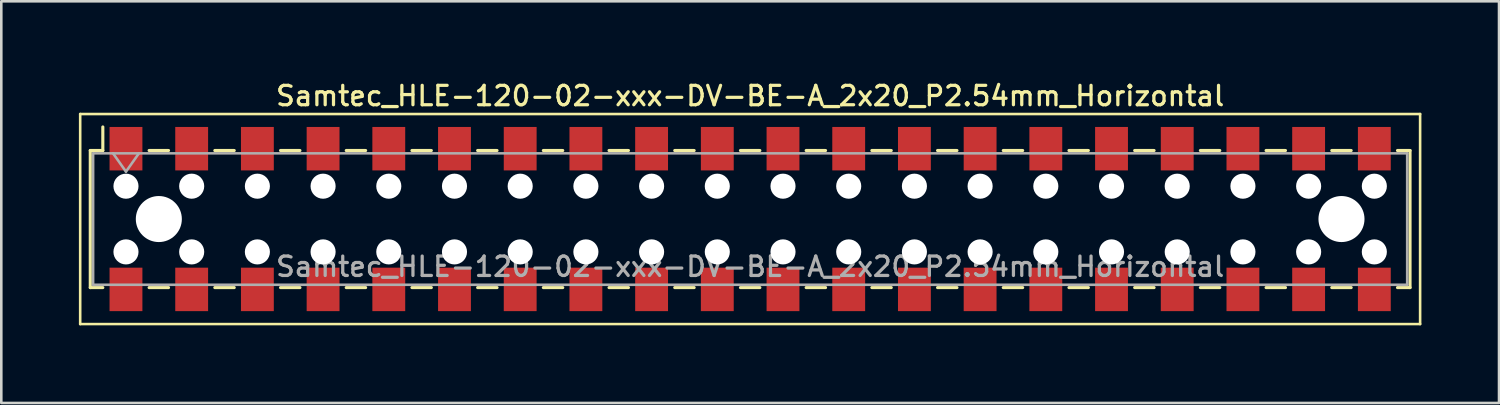
<source format=kicad_pcb>
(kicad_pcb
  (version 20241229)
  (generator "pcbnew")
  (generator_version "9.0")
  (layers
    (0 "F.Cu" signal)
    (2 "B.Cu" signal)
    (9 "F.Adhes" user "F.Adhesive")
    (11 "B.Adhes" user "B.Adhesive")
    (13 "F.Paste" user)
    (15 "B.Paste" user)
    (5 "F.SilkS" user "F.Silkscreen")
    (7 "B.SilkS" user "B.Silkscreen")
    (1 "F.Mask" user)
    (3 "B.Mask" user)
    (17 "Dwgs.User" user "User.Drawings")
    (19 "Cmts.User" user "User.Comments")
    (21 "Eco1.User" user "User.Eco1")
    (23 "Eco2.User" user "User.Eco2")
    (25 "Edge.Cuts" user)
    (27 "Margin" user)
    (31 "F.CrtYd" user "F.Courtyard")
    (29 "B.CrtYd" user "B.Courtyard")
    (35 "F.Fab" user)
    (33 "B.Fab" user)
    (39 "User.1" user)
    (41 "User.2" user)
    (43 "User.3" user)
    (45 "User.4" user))
  (footprint "Samtec_HLE-120-02-xxx-DV-BE-A_2x20_P2.54mm_Horizontal"
    (layer "F.Cu")
    (at 25.95 5.418)
    (property "Reference" "Samtec_HLE-120-02-xxx-DV-BE-A_2x20_P2.54mm_Horizontal" (at 0 -4.76 0) (layer "F.SilkS") (effects (font (size 0.75 0.75) (thickness 0.125))))
    (attr smd)
    (fp_line (start -25.9 -4.06) (end 25.9 -4.06) (stroke (width 0.1) (type solid)) (layer "F.SilkS"))
    (fp_line (start -25.9 4.06) (end -25.9 -4.06) (stroke (width 0.1) (type solid)) (layer "F.SilkS"))
    (fp_line (start -25.51 -2.65) (end -25.51 2.65) (stroke (width 0.12) (type solid)) (layer "F.SilkS"))
    (fp_line (start -25.51 2.65) (end -25.025 2.65) (stroke (width 0.12) (type solid)) (layer "F.SilkS"))
    (fp_line (start -25.025 -3.56) (end -25.025 -2.65) (stroke (width 0.12) (type solid)) (layer "F.SilkS"))
    (fp_line (start -25.025 -2.65) (end -25.51 -2.65) (stroke (width 0.12) (type solid)) (layer "F.SilkS"))
    (fp_line (start -23.235 -2.65) (end -22.485 -2.65) (stroke (width 0.12) (type solid)) (layer "F.SilkS"))
    (fp_line (start -23.235 2.65) (end -22.485 2.65) (stroke (width 0.12) (type solid)) (layer "F.SilkS"))
    (fp_line (start -20.695 -2.65) (end -19.945 -2.65) (stroke (width 0.12) (type solid)) (layer "F.SilkS"))
    (fp_line (start -20.695 2.65) (end -19.945 2.65) (stroke (width 0.12) (type solid)) (layer "F.SilkS"))
    (fp_line (start -18.155 -2.65) (end -17.405 -2.65) (stroke (width 0.12) (type solid)) (layer "F.SilkS"))
    (fp_line (start -18.155 2.65) (end -17.405 2.65) (stroke (width 0.12) (type solid)) (layer "F.SilkS"))
    (fp_line (start -15.615 -2.65) (end -14.865 -2.65) (stroke (width 0.12) (type solid)) (layer "F.SilkS"))
    (fp_line (start -15.615 2.65) (end -14.865 2.65) (stroke (width 0.12) (type solid)) (layer "F.SilkS"))
    (fp_line (start -13.075 -2.65) (end -12.325 -2.65) (stroke (width 0.12) (type solid)) (layer "F.SilkS"))
    (fp_line (start -13.075 2.65) (end -12.325 2.65) (stroke (width 0.12) (type solid)) (layer "F.SilkS"))
    (fp_line (start -10.535 -2.65) (end -9.785 -2.65) (stroke (width 0.12) (type solid)) (layer "F.SilkS"))
    (fp_line (start -10.535 2.65) (end -9.785 2.65) (stroke (width 0.12) (type solid)) (layer "F.SilkS"))
    (fp_line (start -7.995 -2.65) (end -7.245 -2.65) (stroke (width 0.12) (type solid)) (layer "F.SilkS"))
    (fp_line (start -7.995 2.65) (end -7.245 2.65) (stroke (width 0.12) (type solid)) (layer "F.SilkS"))
    (fp_line (start -5.455 -2.65) (end -4.705 -2.65) (stroke (width 0.12) (type solid)) (layer "F.SilkS"))
    (fp_line (start -5.455 2.65) (end -4.705 2.65) (stroke (width 0.12) (type solid)) (layer "F.SilkS"))
    (fp_line (start -2.915 -2.65) (end -2.165 -2.65) (stroke (width 0.12) (type solid)) (layer "F.SilkS"))
    (fp_line (start -2.915 2.65) (end -2.165 2.65) (stroke (width 0.12) (type solid)) (layer "F.SilkS"))
    (fp_line (start -0.375 -2.65) (end 0.375 -2.65) (stroke (width 0.12) (type solid)) (layer "F.SilkS"))
    (fp_line (start -0.375 2.65) (end 0.375 2.65) (stroke (width 0.12) (type solid)) (layer "F.SilkS"))
    (fp_line (start 2.165 -2.65) (end 2.915 -2.65) (stroke (width 0.12) (type solid)) (layer "F.SilkS"))
    (fp_line (start 2.165 2.65) (end 2.915 2.65) (stroke (width 0.12) (type solid)) (layer "F.SilkS"))
    (fp_line (start 4.705 -2.65) (end 5.455 -2.65) (stroke (width 0.12) (type solid)) (layer "F.SilkS"))
    (fp_line (start 4.705 2.65) (end 5.455 2.65) (stroke (width 0.12) (type solid)) (layer "F.SilkS"))
    (fp_line (start 7.245 -2.65) (end 7.995 -2.65) (stroke (width 0.12) (type solid)) (layer "F.SilkS"))
    (fp_line (start 7.245 2.65) (end 7.995 2.65) (stroke (width 0.12) (type solid)) (layer "F.SilkS"))
    (fp_line (start 9.785 -2.65) (end 10.535 -2.65) (stroke (width 0.12) (type solid)) (layer "F.SilkS"))
    (fp_line (start 9.785 2.65) (end 10.535 2.65) (stroke (width 0.12) (type solid)) (layer "F.SilkS"))
    (fp_line (start 12.325 -2.65) (end 13.075 -2.65) (stroke (width 0.12) (type solid)) (layer "F.SilkS"))
    (fp_line (start 12.325 2.65) (end 13.075 2.65) (stroke (width 0.12) (type solid)) (layer "F.SilkS"))
    (fp_line (start 14.865 -2.65) (end 15.615 -2.65) (stroke (width 0.12) (type solid)) (layer "F.SilkS"))
    (fp_line (start 14.865 2.65) (end 15.615 2.65) (stroke (width 0.12) (type solid)) (layer "F.SilkS"))
    (fp_line (start 17.405 -2.65) (end 18.155 -2.65) (stroke (width 0.12) (type solid)) (layer "F.SilkS"))
    (fp_line (start 17.405 2.65) (end 18.155 2.65) (stroke (width 0.12) (type solid)) (layer "F.SilkS"))
    (fp_line (start 19.945 -2.65) (end 20.695 -2.65) (stroke (width 0.12) (type solid)) (layer "F.SilkS"))
    (fp_line (start 19.945 2.65) (end 20.695 2.65) (stroke (width 0.12) (type solid)) (layer "F.SilkS"))
    (fp_line (start 22.485 -2.65) (end 23.235 -2.65) (stroke (width 0.12) (type solid)) (layer "F.SilkS"))
    (fp_line (start 22.485 2.65) (end 23.235 2.65) (stroke (width 0.12) (type solid)) (layer "F.SilkS"))
    (fp_line (start 25.025 -2.65) (end 25.51 -2.65) (stroke (width 0.12) (type solid)) (layer "F.SilkS"))
    (fp_line (start 25.51 -2.65) (end 25.51 2.65) (stroke (width 0.12) (type solid)) (layer "F.SilkS"))
    (fp_line (start 25.51 2.65) (end 25.025 2.65) (stroke (width 0.12) (type solid)) (layer "F.SilkS"))
    (fp_line (start 25.9 -4.06) (end 25.9 4.06) (stroke (width 0.1) (type solid)) (layer "F.SilkS"))
    (fp_line (start 25.9 4.06) (end -25.9 4.06) (stroke (width 0.1) (type solid)) (layer "F.SilkS"))
    (fp_line (start -25.4 -2.54) (end 25.4 -2.54) (stroke (width 0.1) (type solid)) (layer "F.Fab"))
    (fp_line (start -25.4 2.54) (end -25.4 -2.54) (stroke (width 0.1) (type solid)) (layer "F.Fab"))
    (fp_line (start -24.63 -2.54) (end -24.13 -1.833) (stroke (width 0.1) (type solid)) (layer "F.Fab"))
    (fp_line (start -24.13 -1.833) (end -23.63 -2.54) (stroke (width 0.1) (type solid)) (layer "F.Fab"))
    (fp_line (start 25.4 -2.54) (end 25.4 2.54) (stroke (width 0.1) (type solid)) (layer "F.Fab"))
    (fp_line (start 25.4 2.54) (end -25.4 2.54) (stroke (width 0.1) (type solid)) (layer "F.Fab"))
    (fp_text user "${REFERENCE}" (at 0 1.84 0) (layer "F.Fab") (effects (font (size 0.75 0.75) (thickness 0.125))))
    (pad "" np_thru_hole circle (at -24.13 -1.27) (size 0.97 0.97) (drill 0.97) (layers "*.Cu" "*.Mask"))
    (pad "" np_thru_hole circle (at -24.13 1.27) (size 0.97 0.97) (drill 0.97) (layers "*.Cu" "*.Mask"))
    (pad "" np_thru_hole circle (at -22.86 0) (size 1.78 1.78) (drill 1.78) (layers "*.Cu" "*.Mask"))
    (pad "" np_thru_hole circle (at -21.59 -1.27) (size 0.97 0.97) (drill 0.97) (layers "*.Cu" "*.Mask"))
    (pad "" np_thru_hole circle (at -21.59 1.27) (size 0.97 0.97) (drill 0.97) (layers "*.Cu" "*.Mask"))
    (pad "" np_thru_hole circle (at -19.05 -1.27) (size 0.97 0.97) (drill 0.97) (layers "*.Cu" "*.Mask"))
    (pad "" np_thru_hole circle (at -19.05 1.27) (size 0.97 0.97) (drill 0.97) (layers "*.Cu" "*.Mask"))
    (pad "" np_thru_hole circle (at -16.51 -1.27) (size 0.97 0.97) (drill 0.97) (layers "*.Cu" "*.Mask"))
    (pad "" np_thru_hole circle (at -16.51 1.27) (size 0.97 0.97) (drill 0.97) (layers "*.Cu" "*.Mask"))
    (pad "" np_thru_hole circle (at -13.97 -1.27) (size 0.97 0.97) (drill 0.97) (layers "*.Cu" "*.Mask"))
    (pad "" np_thru_hole circle (at -13.97 1.27) (size 0.97 0.97) (drill 0.97) (layers "*.Cu" "*.Mask"))
    (pad "" np_thru_hole circle (at -11.43 -1.27) (size 0.97 0.97) (drill 0.97) (layers "*.Cu" "*.Mask"))
    (pad "" np_thru_hole circle (at -11.43 1.27) (size 0.97 0.97) (drill 0.97) (layers "*.Cu" "*.Mask"))
    (pad "" np_thru_hole circle (at -8.89 -1.27) (size 0.97 0.97) (drill 0.97) (layers "*.Cu" "*.Mask"))
    (pad "" np_thru_hole circle (at -8.89 1.27) (size 0.97 0.97) (drill 0.97) (layers "*.Cu" "*.Mask"))
    (pad "" np_thru_hole circle (at -6.35 -1.27) (size 0.97 0.97) (drill 0.97) (layers "*.Cu" "*.Mask"))
    (pad "" np_thru_hole circle (at -6.35 1.27) (size 0.97 0.97) (drill 0.97) (layers "*.Cu" "*.Mask"))
    (pad "" np_thru_hole circle (at -3.81 -1.27) (size 0.97 0.97) (drill 0.97) (layers "*.Cu" "*.Mask"))
    (pad "" np_thru_hole circle (at -3.81 1.27) (size 0.97 0.97) (drill 0.97) (layers "*.Cu" "*.Mask"))
    (pad "" np_thru_hole circle (at -1.27 -1.27) (size 0.97 0.97) (drill 0.97) (layers "*.Cu" "*.Mask"))
    (pad "" np_thru_hole circle (at -1.27 1.27) (size 0.97 0.97) (drill 0.97) (layers "*.Cu" "*.Mask"))
    (pad "" np_thru_hole circle (at 1.27 -1.27) (size 0.97 0.97) (drill 0.97) (layers "*.Cu" "*.Mask"))
    (pad "" np_thru_hole circle (at 1.27 1.27) (size 0.97 0.97) (drill 0.97) (layers "*.Cu" "*.Mask"))
    (pad "" np_thru_hole circle (at 3.81 -1.27) (size 0.97 0.97) (drill 0.97) (layers "*.Cu" "*.Mask"))
    (pad "" np_thru_hole circle (at 3.81 1.27) (size 0.97 0.97) (drill 0.97) (layers "*.Cu" "*.Mask"))
    (pad "" np_thru_hole circle (at 6.35 -1.27) (size 0.97 0.97) (drill 0.97) (layers "*.Cu" "*.Mask"))
    (pad "" np_thru_hole circle (at 6.35 1.27) (size 0.97 0.97) (drill 0.97) (layers "*.Cu" "*.Mask"))
    (pad "" np_thru_hole circle (at 8.89 -1.27) (size 0.97 0.97) (drill 0.97) (layers "*.Cu" "*.Mask"))
    (pad "" np_thru_hole circle (at 8.89 1.27) (size 0.97 0.97) (drill 0.97) (layers "*.Cu" "*.Mask"))
    (pad "" np_thru_hole circle (at 11.43 -1.27) (size 0.97 0.97) (drill 0.97) (layers "*.Cu" "*.Mask"))
    (pad "" np_thru_hole circle (at 11.43 1.27) (size 0.97 0.97) (drill 0.97) (layers "*.Cu" "*.Mask"))
    (pad "" np_thru_hole circle (at 13.97 -1.27) (size 0.97 0.97) (drill 0.97) (layers "*.Cu" "*.Mask"))
    (pad "" np_thru_hole circle (at 13.97 1.27) (size 0.97 0.97) (drill 0.97) (layers "*.Cu" "*.Mask"))
    (pad "" np_thru_hole circle (at 16.51 -1.27) (size 0.97 0.97) (drill 0.97) (layers "*.Cu" "*.Mask"))
    (pad "" np_thru_hole circle (at 16.51 1.27) (size 0.97 0.97) (drill 0.97) (layers "*.Cu" "*.Mask"))
    (pad "" np_thru_hole circle (at 19.05 -1.27) (size 0.97 0.97) (drill 0.97) (layers "*.Cu" "*.Mask"))
    (pad "" np_thru_hole circle (at 19.05 1.27) (size 0.97 0.97) (drill 0.97) (layers "*.Cu" "*.Mask"))
    (pad "" np_thru_hole circle (at 21.59 -1.27) (size 0.97 0.97) (drill 0.97) (layers "*.Cu" "*.Mask"))
    (pad "" np_thru_hole circle (at 21.59 1.27) (size 0.97 0.97) (drill 0.97) (layers "*.Cu" "*.Mask"))
    (pad "" np_thru_hole circle (at 22.86 0) (size 1.78 1.78) (drill 1.78) (layers "*.Cu" "*.Mask"))
    (pad "" np_thru_hole circle (at 24.13 -1.27) (size 0.97 0.97) (drill 0.97) (layers "*.Cu" "*.Mask"))
    (pad "" np_thru_hole circle (at 24.13 1.27) (size 0.97 0.97) (drill 0.97) (layers "*.Cu" "*.Mask"))
    (pad "1" smd rect (at -24.13 -2.72) (size 1.27 1.68) (layers "F.Cu" "F.Mask" "F.Paste"))
    (pad "2" smd rect (at -24.13 2.72) (size 1.27 1.68) (layers "F.Cu" "F.Mask" "F.Paste"))
    (pad "3" smd rect (at -21.59 -2.72) (size 1.27 1.68) (layers "F.Cu" "F.Mask" "F.Paste"))
    (pad "4" smd rect (at -21.59 2.72) (size 1.27 1.68) (layers "F.Cu" "F.Mask" "F.Paste"))
    (pad "5" smd rect (at -19.05 -2.72) (size 1.27 1.68) (layers "F.Cu" "F.Mask" "F.Paste"))
    (pad "6" smd rect (at -19.05 2.72) (size 1.27 1.68) (layers "F.Cu" "F.Mask" "F.Paste"))
    (pad "7" smd rect (at -16.51 -2.72) (size 1.27 1.68) (layers "F.Cu" "F.Mask" "F.Paste"))
    (pad "8" smd rect (at -16.51 2.72) (size 1.27 1.68) (layers "F.Cu" "F.Mask" "F.Paste"))
    (pad "9" smd rect (at -13.97 -2.72) (size 1.27 1.68) (layers "F.Cu" "F.Mask" "F.Paste"))
    (pad "10" smd rect (at -13.97 2.72) (size 1.27 1.68) (layers "F.Cu" "F.Mask" "F.Paste"))
    (pad "11" smd rect (at -11.43 -2.72) (size 1.27 1.68) (layers "F.Cu" "F.Mask" "F.Paste"))
    (pad "12" smd rect (at -11.43 2.72) (size 1.27 1.68) (layers "F.Cu" "F.Mask" "F.Paste"))
    (pad "13" smd rect (at -8.89 -2.72) (size 1.27 1.68) (layers "F.Cu" "F.Mask" "F.Paste"))
    (pad "14" smd rect (at -8.89 2.72) (size 1.27 1.68) (layers "F.Cu" "F.Mask" "F.Paste"))
    (pad "15" smd rect (at -6.35 -2.72) (size 1.27 1.68) (layers "F.Cu" "F.Mask" "F.Paste"))
    (pad "16" smd rect (at -6.35 2.72) (size 1.27 1.68) (layers "F.Cu" "F.Mask" "F.Paste"))
    (pad "17" smd rect (at -3.81 -2.72) (size 1.27 1.68) (layers "F.Cu" "F.Mask" "F.Paste"))
    (pad "18" smd rect (at -3.81 2.72) (size 1.27 1.68) (layers "F.Cu" "F.Mask" "F.Paste"))
    (pad "19" smd rect (at -1.27 -2.72) (size 1.27 1.68) (layers "F.Cu" "F.Mask" "F.Paste"))
    (pad "20" smd rect (at -1.27 2.72) (size 1.27 1.68) (layers "F.Cu" "F.Mask" "F.Paste"))
    (pad "21" smd rect (at 1.27 -2.72) (size 1.27 1.68) (layers "F.Cu" "F.Mask" "F.Paste"))
    (pad "22" smd rect (at 1.27 2.72) (size 1.27 1.68) (layers "F.Cu" "F.Mask" "F.Paste"))
    (pad "23" smd rect (at 3.81 -2.72) (size 1.27 1.68) (layers "F.Cu" "F.Mask" "F.Paste"))
    (pad "24" smd rect (at 3.81 2.72) (size 1.27 1.68) (layers "F.Cu" "F.Mask" "F.Paste"))
    (pad "25" smd rect (at 6.35 -2.72) (size 1.27 1.68) (layers "F.Cu" "F.Mask" "F.Paste"))
    (pad "26" smd rect (at 6.35 2.72) (size 1.27 1.68) (layers "F.Cu" "F.Mask" "F.Paste"))
    (pad "27" smd rect (at 8.89 -2.72) (size 1.27 1.68) (layers "F.Cu" "F.Mask" "F.Paste"))
    (pad "28" smd rect (at 8.89 2.72) (size 1.27 1.68) (layers "F.Cu" "F.Mask" "F.Paste"))
    (pad "29" smd rect (at 11.43 -2.72) (size 1.27 1.68) (layers "F.Cu" "F.Mask" "F.Paste"))
    (pad "30" smd rect (at 11.43 2.72) (size 1.27 1.68) (layers "F.Cu" "F.Mask" "F.Paste"))
    (pad "31" smd rect (at 13.97 -2.72) (size 1.27 1.68) (layers "F.Cu" "F.Mask" "F.Paste"))
    (pad "32" smd rect (at 13.97 2.72) (size 1.27 1.68) (layers "F.Cu" "F.Mask" "F.Paste"))
    (pad "33" smd rect (at 16.51 -2.72) (size 1.27 1.68) (layers "F.Cu" "F.Mask" "F.Paste"))
    (pad "34" smd rect (at 16.51 2.72) (size 1.27 1.68) (layers "F.Cu" "F.Mask" "F.Paste"))
    (pad "35" smd rect (at 19.05 -2.72) (size 1.27 1.68) (layers "F.Cu" "F.Mask" "F.Paste"))
    (pad "36" smd rect (at 19.05 2.72) (size 1.27 1.68) (layers "F.Cu" "F.Mask" "F.Paste"))
    (pad "37" smd rect (at 21.59 -2.72) (size 1.27 1.68) (layers "F.Cu" "F.Mask" "F.Paste"))
    (pad "38" smd rect (at 21.59 2.72) (size 1.27 1.68) (layers "F.Cu" "F.Mask" "F.Paste"))
    (pad "39" smd rect (at 24.13 -2.72) (size 1.27 1.68) (layers "F.Cu" "F.Mask" "F.Paste"))
    (pad "40" smd rect (at 24.13 2.72) (size 1.27 1.68) (layers "F.Cu" "F.Mask" "F.Paste")))
  (gr_rect
    (start -3 -3)
    (end 54.9 12.528)
    (stroke (width 0.1) (type default))
    (fill no)
    (layer "Edge.Cuts")))
</source>
